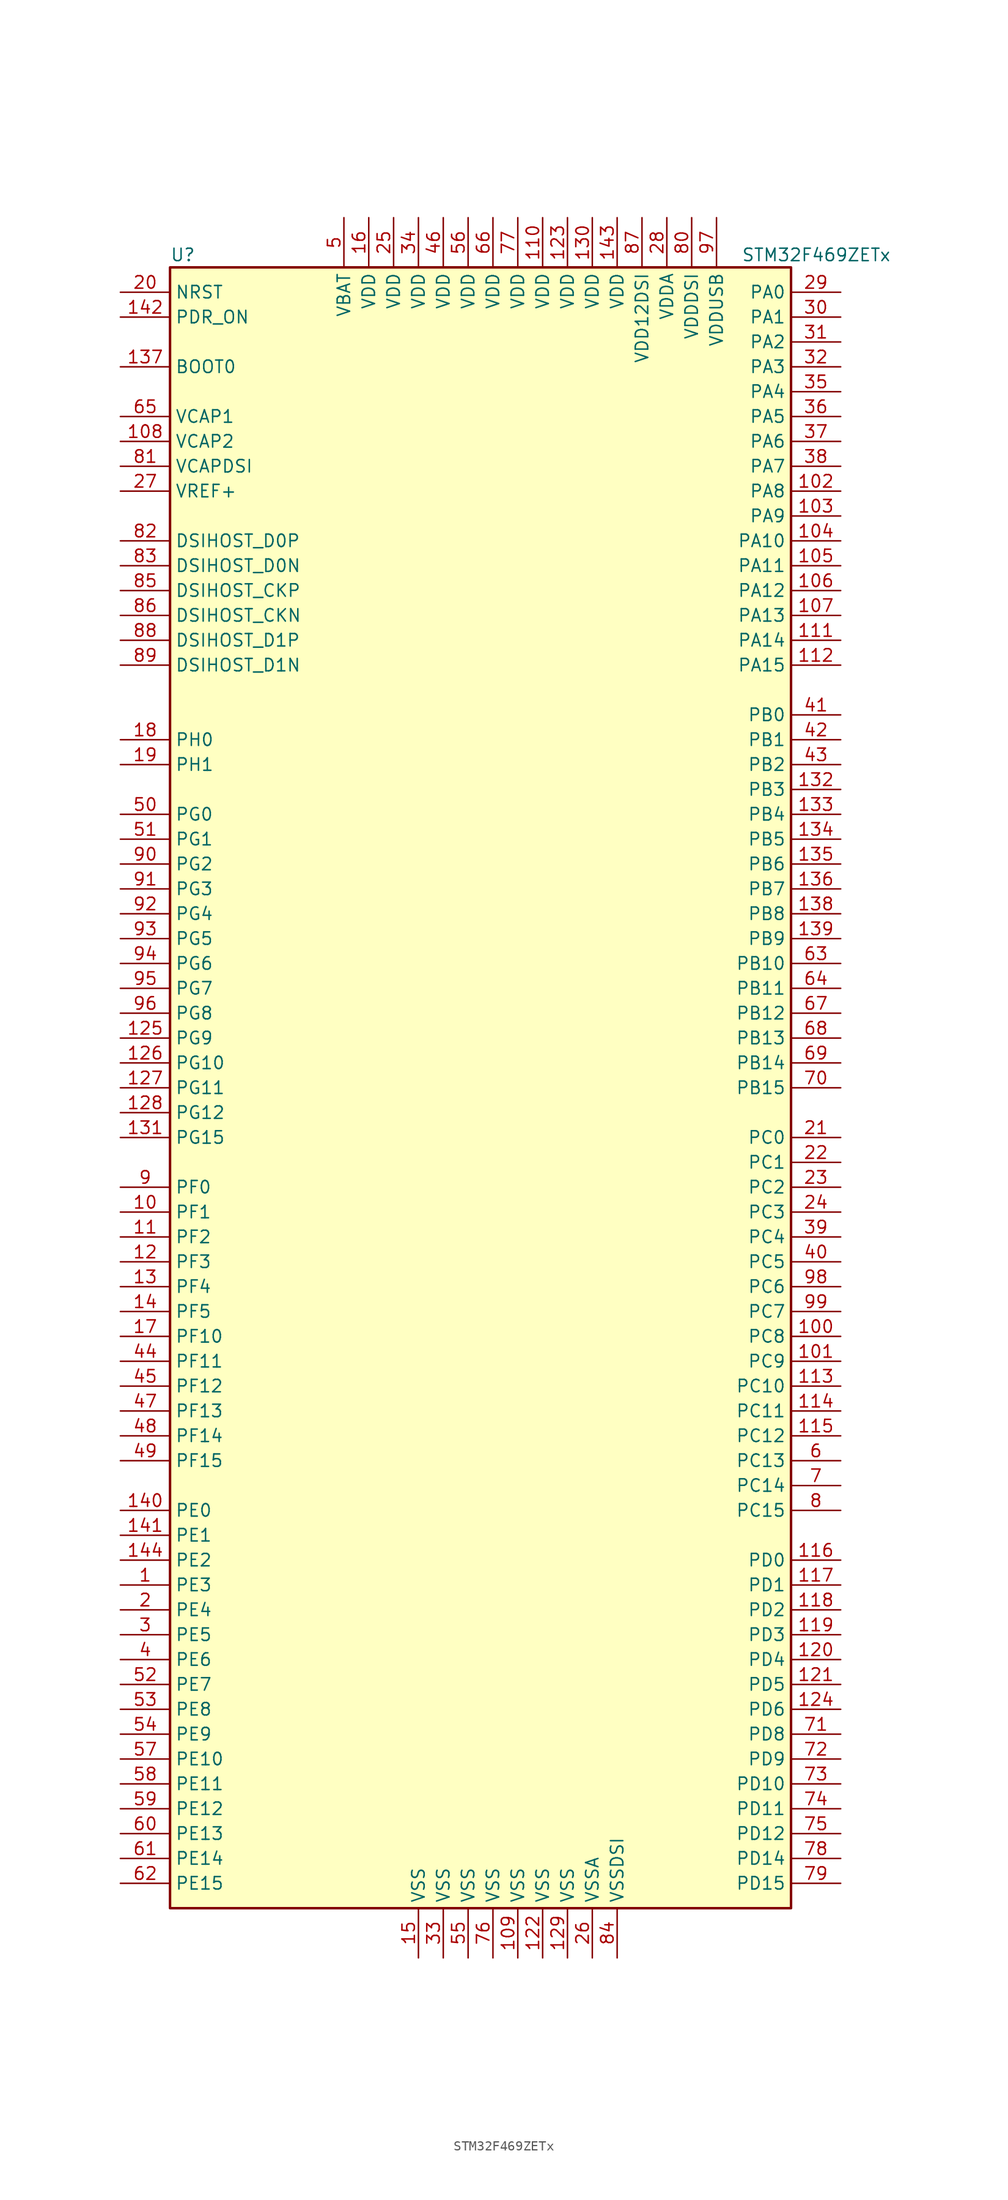
<source format=kicad_sym>
(kicad_symbol_lib
  (version 20201005)
  (generator kicad_symbol_editor)
  (symbol "MCU_ST_STM32F4:STM32F469ZETx"
    (property "Reference" "U"
      (at -33.02 85.09 0)
      (effects (font (size 1.27 1.27)) (justify left)))
    (property "Value" "STM32F469ZETx"
      (at 25.4 85.09 0)
      (effects (font (size 1.27 1.27)) (justify left)))
    (symbol "STM32F469ZETx_0_1"
      (rectangle (start -33.02 -83.82) (end 30.48 83.82) (stroke (width 0.254)) (fill (type background))))
    (symbol "STM32F469ZETx_1_1"
      (pin input line (at -38.1 73.66 0) (length 5.08) (name "BOOT0" (effects (font (size 1.27 1.27)))) (number "137" (effects (font (size 1.27 1.27)))))
      (pin bidirectional line (at -38.1 48.26 0) (length 5.08) (name "DSIHOST_CKN" (effects (font (size 1.27 1.27)))) (number "86" (effects (font (size 1.27 1.27)))))
      (pin bidirectional line (at -38.1 50.8 0) (length 5.08) (name "DSIHOST_CKP" (effects (font (size 1.27 1.27)))) (number "85" (effects (font (size 1.27 1.27)))))
      (pin bidirectional line (at -38.1 53.34 0) (length 5.08) (name "DSIHOST_D0N" (effects (font (size 1.27 1.27)))) (number "83" (effects (font (size 1.27 1.27)))))
      (pin bidirectional line (at -38.1 55.88 0) (length 5.08) (name "DSIHOST_D0P" (effects (font (size 1.27 1.27)))) (number "82" (effects (font (size 1.27 1.27)))))
      (pin bidirectional line (at -38.1 43.18 0) (length 5.08) (name "DSIHOST_D1N" (effects (font (size 1.27 1.27)))) (number "89" (effects (font (size 1.27 1.27)))))
      (pin bidirectional line (at -38.1 45.72 0) (length 5.08) (name "DSIHOST_D1P" (effects (font (size 1.27 1.27)))) (number "88" (effects (font (size 1.27 1.27)))))
      (pin input line (at -38.1 81.28 0) (length 5.08) (name "NRST" (effects (font (size 1.27 1.27)))) (number "20" (effects (font (size 1.27 1.27)))))
      (pin bidirectional line (at 35.56 81.28 180) (length 5.08) (name "PA0" (effects (font (size 1.27 1.27)))) (number "29" (effects (font (size 1.27 1.27)))))
      (pin bidirectional line (at 35.56 78.74 180) (length 5.08) (name "PA1" (effects (font (size 1.27 1.27)))) (number "30" (effects (font (size 1.27 1.27)))))
      (pin bidirectional line (at 35.56 55.88 180) (length 5.08) (name "PA10" (effects (font (size 1.27 1.27)))) (number "104" (effects (font (size 1.27 1.27)))))
      (pin bidirectional line (at 35.56 53.34 180) (length 5.08) (name "PA11" (effects (font (size 1.27 1.27)))) (number "105" (effects (font (size 1.27 1.27)))))
      (pin bidirectional line (at 35.56 50.8 180) (length 5.08) (name "PA12" (effects (font (size 1.27 1.27)))) (number "106" (effects (font (size 1.27 1.27)))))
      (pin bidirectional line (at 35.56 48.26 180) (length 5.08) (name "PA13" (effects (font (size 1.27 1.27)))) (number "107" (effects (font (size 1.27 1.27)))))
      (pin bidirectional line (at 35.56 45.72 180) (length 5.08) (name "PA14" (effects (font (size 1.27 1.27)))) (number "111" (effects (font (size 1.27 1.27)))))
      (pin bidirectional line (at 35.56 43.18 180) (length 5.08) (name "PA15" (effects (font (size 1.27 1.27)))) (number "112" (effects (font (size 1.27 1.27)))))
      (pin bidirectional line (at 35.56 76.2 180) (length 5.08) (name "PA2" (effects (font (size 1.27 1.27)))) (number "31" (effects (font (size 1.27 1.27)))))
      (pin bidirectional line (at 35.56 73.66 180) (length 5.08) (name "PA3" (effects (font (size 1.27 1.27)))) (number "32" (effects (font (size 1.27 1.27)))))
      (pin bidirectional line (at 35.56 71.12 180) (length 5.08) (name "PA4" (effects (font (size 1.27 1.27)))) (number "35" (effects (font (size 1.27 1.27)))))
      (pin bidirectional line (at 35.56 68.58 180) (length 5.08) (name "PA5" (effects (font (size 1.27 1.27)))) (number "36" (effects (font (size 1.27 1.27)))))
      (pin bidirectional line (at 35.56 66.04 180) (length 5.08) (name "PA6" (effects (font (size 1.27 1.27)))) (number "37" (effects (font (size 1.27 1.27)))))
      (pin bidirectional line (at 35.56 63.5 180) (length 5.08) (name "PA7" (effects (font (size 1.27 1.27)))) (number "38" (effects (font (size 1.27 1.27)))))
      (pin bidirectional line (at 35.56 60.96 180) (length 5.08) (name "PA8" (effects (font (size 1.27 1.27)))) (number "102" (effects (font (size 1.27 1.27)))))
      (pin bidirectional line (at 35.56 58.42 180) (length 5.08) (name "PA9" (effects (font (size 1.27 1.27)))) (number "103" (effects (font (size 1.27 1.27)))))
      (pin bidirectional line (at 35.56 38.1 180) (length 5.08) (name "PB0" (effects (font (size 1.27 1.27)))) (number "41" (effects (font (size 1.27 1.27)))))
      (pin bidirectional line (at 35.56 35.56 180) (length 5.08) (name "PB1" (effects (font (size 1.27 1.27)))) (number "42" (effects (font (size 1.27 1.27)))))
      (pin bidirectional line (at 35.56 12.7 180) (length 5.08) (name "PB10" (effects (font (size 1.27 1.27)))) (number "63" (effects (font (size 1.27 1.27)))))
      (pin bidirectional line (at 35.56 10.16 180) (length 5.08) (name "PB11" (effects (font (size 1.27 1.27)))) (number "64" (effects (font (size 1.27 1.27)))))
      (pin bidirectional line (at 35.56 7.62 180) (length 5.08) (name "PB12" (effects (font (size 1.27 1.27)))) (number "67" (effects (font (size 1.27 1.27)))))
      (pin bidirectional line (at 35.56 5.08 180) (length 5.08) (name "PB13" (effects (font (size 1.27 1.27)))) (number "68" (effects (font (size 1.27 1.27)))))
      (pin bidirectional line (at 35.56 2.54 180) (length 5.08) (name "PB14" (effects (font (size 1.27 1.27)))) (number "69" (effects (font (size 1.27 1.27)))))
      (pin bidirectional line (at 35.56 0 180) (length 5.08) (name "PB15" (effects (font (size 1.27 1.27)))) (number "70" (effects (font (size 1.27 1.27)))))
      (pin bidirectional line (at 35.56 33.02 180) (length 5.08) (name "PB2" (effects (font (size 1.27 1.27)))) (number "43" (effects (font (size 1.27 1.27)))))
      (pin bidirectional line (at 35.56 30.48 180) (length 5.08) (name "PB3" (effects (font (size 1.27 1.27)))) (number "132" (effects (font (size 1.27 1.27)))))
      (pin bidirectional line (at 35.56 27.94 180) (length 5.08) (name "PB4" (effects (font (size 1.27 1.27)))) (number "133" (effects (font (size 1.27 1.27)))))
      (pin bidirectional line (at 35.56 25.4 180) (length 5.08) (name "PB5" (effects (font (size 1.27 1.27)))) (number "134" (effects (font (size 1.27 1.27)))))
      (pin bidirectional line (at 35.56 22.86 180) (length 5.08) (name "PB6" (effects (font (size 1.27 1.27)))) (number "135" (effects (font (size 1.27 1.27)))))
      (pin bidirectional line (at 35.56 20.32 180) (length 5.08) (name "PB7" (effects (font (size 1.27 1.27)))) (number "136" (effects (font (size 1.27 1.27)))))
      (pin bidirectional line (at 35.56 17.78 180) (length 5.08) (name "PB8" (effects (font (size 1.27 1.27)))) (number "138" (effects (font (size 1.27 1.27)))))
      (pin bidirectional line (at 35.56 15.24 180) (length 5.08) (name "PB9" (effects (font (size 1.27 1.27)))) (number "139" (effects (font (size 1.27 1.27)))))
      (pin bidirectional line (at 35.56 -5.08 180) (length 5.08) (name "PC0" (effects (font (size 1.27 1.27)))) (number "21" (effects (font (size 1.27 1.27)))))
      (pin bidirectional line (at 35.56 -7.62 180) (length 5.08) (name "PC1" (effects (font (size 1.27 1.27)))) (number "22" (effects (font (size 1.27 1.27)))))
      (pin bidirectional line (at 35.56 -30.48 180) (length 5.08) (name "PC10" (effects (font (size 1.27 1.27)))) (number "113" (effects (font (size 1.27 1.27)))))
      (pin bidirectional line (at 35.56 -33.02 180) (length 5.08) (name "PC11" (effects (font (size 1.27 1.27)))) (number "114" (effects (font (size 1.27 1.27)))))
      (pin bidirectional line (at 35.56 -35.56 180) (length 5.08) (name "PC12" (effects (font (size 1.27 1.27)))) (number "115" (effects (font (size 1.27 1.27)))))
      (pin bidirectional line (at 35.56 -38.1 180) (length 5.08) (name "PC13" (effects (font (size 1.27 1.27)))) (number "6" (effects (font (size 1.27 1.27)))))
      (pin bidirectional line (at 35.56 -40.64 180) (length 5.08) (name "PC14" (effects (font (size 1.27 1.27)))) (number "7" (effects (font (size 1.27 1.27)))))
      (pin bidirectional line (at 35.56 -43.18 180) (length 5.08) (name "PC15" (effects (font (size 1.27 1.27)))) (number "8" (effects (font (size 1.27 1.27)))))
      (pin bidirectional line (at 35.56 -10.16 180) (length 5.08) (name "PC2" (effects (font (size 1.27 1.27)))) (number "23" (effects (font (size 1.27 1.27)))))
      (pin bidirectional line (at 35.56 -12.7 180) (length 5.08) (name "PC3" (effects (font (size 1.27 1.27)))) (number "24" (effects (font (size 1.27 1.27)))))
      (pin bidirectional line (at 35.56 -15.24 180) (length 5.08) (name "PC4" (effects (font (size 1.27 1.27)))) (number "39" (effects (font (size 1.27 1.27)))))
      (pin bidirectional line (at 35.56 -17.78 180) (length 5.08) (name "PC5" (effects (font (size 1.27 1.27)))) (number "40" (effects (font (size 1.27 1.27)))))
      (pin bidirectional line (at 35.56 -20.32 180) (length 5.08) (name "PC6" (effects (font (size 1.27 1.27)))) (number "98" (effects (font (size 1.27 1.27)))))
      (pin bidirectional line (at 35.56 -22.86 180) (length 5.08) (name "PC7" (effects (font (size 1.27 1.27)))) (number "99" (effects (font (size 1.27 1.27)))))
      (pin bidirectional line (at 35.56 -25.4 180) (length 5.08) (name "PC8" (effects (font (size 1.27 1.27)))) (number "100" (effects (font (size 1.27 1.27)))))
      (pin bidirectional line (at 35.56 -27.94 180) (length 5.08) (name "PC9" (effects (font (size 1.27 1.27)))) (number "101" (effects (font (size 1.27 1.27)))))
      (pin bidirectional line (at 35.56 -48.26 180) (length 5.08) (name "PD0" (effects (font (size 1.27 1.27)))) (number "116" (effects (font (size 1.27 1.27)))))
      (pin bidirectional line (at 35.56 -50.8 180) (length 5.08) (name "PD1" (effects (font (size 1.27 1.27)))) (number "117" (effects (font (size 1.27 1.27)))))
      (pin bidirectional line (at 35.56 -71.12 180) (length 5.08) (name "PD10" (effects (font (size 1.27 1.27)))) (number "73" (effects (font (size 1.27 1.27)))))
      (pin bidirectional line (at 35.56 -73.66 180) (length 5.08) (name "PD11" (effects (font (size 1.27 1.27)))) (number "74" (effects (font (size 1.27 1.27)))))
      (pin bidirectional line (at 35.56 -76.2 180) (length 5.08) (name "PD12" (effects (font (size 1.27 1.27)))) (number "75" (effects (font (size 1.27 1.27)))))
      (pin bidirectional line (at 35.56 -78.74 180) (length 5.08) (name "PD14" (effects (font (size 1.27 1.27)))) (number "78" (effects (font (size 1.27 1.27)))))
      (pin bidirectional line (at 35.56 -81.28 180) (length 5.08) (name "PD15" (effects (font (size 1.27 1.27)))) (number "79" (effects (font (size 1.27 1.27)))))
      (pin bidirectional line (at 35.56 -53.34 180) (length 5.08) (name "PD2" (effects (font (size 1.27 1.27)))) (number "118" (effects (font (size 1.27 1.27)))))
      (pin bidirectional line (at 35.56 -55.88 180) (length 5.08) (name "PD3" (effects (font (size 1.27 1.27)))) (number "119" (effects (font (size 1.27 1.27)))))
      (pin bidirectional line (at 35.56 -58.42 180) (length 5.08) (name "PD4" (effects (font (size 1.27 1.27)))) (number "120" (effects (font (size 1.27 1.27)))))
      (pin bidirectional line (at 35.56 -60.96 180) (length 5.08) (name "PD5" (effects (font (size 1.27 1.27)))) (number "121" (effects (font (size 1.27 1.27)))))
      (pin bidirectional line (at 35.56 -63.5 180) (length 5.08) (name "PD6" (effects (font (size 1.27 1.27)))) (number "124" (effects (font (size 1.27 1.27)))))
      (pin bidirectional line (at 35.56 -66.04 180) (length 5.08) (name "PD8" (effects (font (size 1.27 1.27)))) (number "71" (effects (font (size 1.27 1.27)))))
      (pin bidirectional line (at 35.56 -68.58 180) (length 5.08) (name "PD9" (effects (font (size 1.27 1.27)))) (number "72" (effects (font (size 1.27 1.27)))))
      (pin input line (at -38.1 78.74 0) (length 5.08) (name "PDR_ON" (effects (font (size 1.27 1.27)))) (number "142" (effects (font (size 1.27 1.27)))))
      (pin bidirectional line (at -38.1 -43.18 0) (length 5.08) (name "PE0" (effects (font (size 1.27 1.27)))) (number "140" (effects (font (size 1.27 1.27)))))
      (pin bidirectional line (at -38.1 -45.72 0) (length 5.08) (name "PE1" (effects (font (size 1.27 1.27)))) (number "141" (effects (font (size 1.27 1.27)))))
      (pin bidirectional line (at -38.1 -68.58 0) (length 5.08) (name "PE10" (effects (font (size 1.27 1.27)))) (number "57" (effects (font (size 1.27 1.27)))))
      (pin bidirectional line (at -38.1 -71.12 0) (length 5.08) (name "PE11" (effects (font (size 1.27 1.27)))) (number "58" (effects (font (size 1.27 1.27)))))
      (pin bidirectional line (at -38.1 -73.66 0) (length 5.08) (name "PE12" (effects (font (size 1.27 1.27)))) (number "59" (effects (font (size 1.27 1.27)))))
      (pin bidirectional line (at -38.1 -76.2 0) (length 5.08) (name "PE13" (effects (font (size 1.27 1.27)))) (number "60" (effects (font (size 1.27 1.27)))))
      (pin bidirectional line (at -38.1 -78.74 0) (length 5.08) (name "PE14" (effects (font (size 1.27 1.27)))) (number "61" (effects (font (size 1.27 1.27)))))
      (pin bidirectional line (at -38.1 -81.28 0) (length 5.08) (name "PE15" (effects (font (size 1.27 1.27)))) (number "62" (effects (font (size 1.27 1.27)))))
      (pin bidirectional line (at -38.1 -48.26 0) (length 5.08) (name "PE2" (effects (font (size 1.27 1.27)))) (number "144" (effects (font (size 1.27 1.27)))))
      (pin bidirectional line (at -38.1 -50.8 0) (length 5.08) (name "PE3" (effects (font (size 1.27 1.27)))) (number "1" (effects (font (size 1.27 1.27)))))
      (pin bidirectional line (at -38.1 -53.34 0) (length 5.08) (name "PE4" (effects (font (size 1.27 1.27)))) (number "2" (effects (font (size 1.27 1.27)))))
      (pin bidirectional line (at -38.1 -55.88 0) (length 5.08) (name "PE5" (effects (font (size 1.27 1.27)))) (number "3" (effects (font (size 1.27 1.27)))))
      (pin bidirectional line (at -38.1 -58.42 0) (length 5.08) (name "PE6" (effects (font (size 1.27 1.27)))) (number "4" (effects (font (size 1.27 1.27)))))
      (pin bidirectional line (at -38.1 -60.96 0) (length 5.08) (name "PE7" (effects (font (size 1.27 1.27)))) (number "52" (effects (font (size 1.27 1.27)))))
      (pin bidirectional line (at -38.1 -63.5 0) (length 5.08) (name "PE8" (effects (font (size 1.27 1.27)))) (number "53" (effects (font (size 1.27 1.27)))))
      (pin bidirectional line (at -38.1 -66.04 0) (length 5.08) (name "PE9" (effects (font (size 1.27 1.27)))) (number "54" (effects (font (size 1.27 1.27)))))
      (pin bidirectional line (at -38.1 -10.16 0) (length 5.08) (name "PF0" (effects (font (size 1.27 1.27)))) (number "9" (effects (font (size 1.27 1.27)))))
      (pin bidirectional line (at -38.1 -12.7 0) (length 5.08) (name "PF1" (effects (font (size 1.27 1.27)))) (number "10" (effects (font (size 1.27 1.27)))))
      (pin bidirectional line (at -38.1 -25.4 0) (length 5.08) (name "PF10" (effects (font (size 1.27 1.27)))) (number "17" (effects (font (size 1.27 1.27)))))
      (pin bidirectional line (at -38.1 -27.94 0) (length 5.08) (name "PF11" (effects (font (size 1.27 1.27)))) (number "44" (effects (font (size 1.27 1.27)))))
      (pin bidirectional line (at -38.1 -30.48 0) (length 5.08) (name "PF12" (effects (font (size 1.27 1.27)))) (number "45" (effects (font (size 1.27 1.27)))))
      (pin bidirectional line (at -38.1 -33.02 0) (length 5.08) (name "PF13" (effects (font (size 1.27 1.27)))) (number "47" (effects (font (size 1.27 1.27)))))
      (pin bidirectional line (at -38.1 -35.56 0) (length 5.08) (name "PF14" (effects (font (size 1.27 1.27)))) (number "48" (effects (font (size 1.27 1.27)))))
      (pin bidirectional line (at -38.1 -38.1 0) (length 5.08) (name "PF15" (effects (font (size 1.27 1.27)))) (number "49" (effects (font (size 1.27 1.27)))))
      (pin bidirectional line (at -38.1 -15.24 0) (length 5.08) (name "PF2" (effects (font (size 1.27 1.27)))) (number "11" (effects (font (size 1.27 1.27)))))
      (pin bidirectional line (at -38.1 -17.78 0) (length 5.08) (name "PF3" (effects (font (size 1.27 1.27)))) (number "12" (effects (font (size 1.27 1.27)))))
      (pin bidirectional line (at -38.1 -20.32 0) (length 5.08) (name "PF4" (effects (font (size 1.27 1.27)))) (number "13" (effects (font (size 1.27 1.27)))))
      (pin bidirectional line (at -38.1 -22.86 0) (length 5.08) (name "PF5" (effects (font (size 1.27 1.27)))) (number "14" (effects (font (size 1.27 1.27)))))
      (pin bidirectional line (at -38.1 27.94 0) (length 5.08) (name "PG0" (effects (font (size 1.27 1.27)))) (number "50" (effects (font (size 1.27 1.27)))))
      (pin bidirectional line (at -38.1 25.4 0) (length 5.08) (name "PG1" (effects (font (size 1.27 1.27)))) (number "51" (effects (font (size 1.27 1.27)))))
      (pin bidirectional line (at -38.1 2.54 0) (length 5.08) (name "PG10" (effects (font (size 1.27 1.27)))) (number "126" (effects (font (size 1.27 1.27)))))
      (pin bidirectional line (at -38.1 0 0) (length 5.08) (name "PG11" (effects (font (size 1.27 1.27)))) (number "127" (effects (font (size 1.27 1.27)))))
      (pin bidirectional line (at -38.1 -2.54 0) (length 5.08) (name "PG12" (effects (font (size 1.27 1.27)))) (number "128" (effects (font (size 1.27 1.27)))))
      (pin bidirectional line (at -38.1 -5.08 0) (length 5.08) (name "PG15" (effects (font (size 1.27 1.27)))) (number "131" (effects (font (size 1.27 1.27)))))
      (pin bidirectional line (at -38.1 22.86 0) (length 5.08) (name "PG2" (effects (font (size 1.27 1.27)))) (number "90" (effects (font (size 1.27 1.27)))))
      (pin bidirectional line (at -38.1 20.32 0) (length 5.08) (name "PG3" (effects (font (size 1.27 1.27)))) (number "91" (effects (font (size 1.27 1.27)))))
      (pin bidirectional line (at -38.1 17.78 0) (length 5.08) (name "PG4" (effects (font (size 1.27 1.27)))) (number "92" (effects (font (size 1.27 1.27)))))
      (pin bidirectional line (at -38.1 15.24 0) (length 5.08) (name "PG5" (effects (font (size 1.27 1.27)))) (number "93" (effects (font (size 1.27 1.27)))))
      (pin bidirectional line (at -38.1 12.7 0) (length 5.08) (name "PG6" (effects (font (size 1.27 1.27)))) (number "94" (effects (font (size 1.27 1.27)))))
      (pin bidirectional line (at -38.1 10.16 0) (length 5.08) (name "PG7" (effects (font (size 1.27 1.27)))) (number "95" (effects (font (size 1.27 1.27)))))
      (pin bidirectional line (at -38.1 7.62 0) (length 5.08) (name "PG8" (effects (font (size 1.27 1.27)))) (number "96" (effects (font (size 1.27 1.27)))))
      (pin bidirectional line (at -38.1 5.08 0) (length 5.08) (name "PG9" (effects (font (size 1.27 1.27)))) (number "125" (effects (font (size 1.27 1.27)))))
      (pin input line (at -38.1 35.56 0) (length 5.08) (name "PH0" (effects (font (size 1.27 1.27)))) (number "18" (effects (font (size 1.27 1.27)))))
      (pin input line (at -38.1 33.02 0) (length 5.08) (name "PH1" (effects (font (size 1.27 1.27)))) (number "19" (effects (font (size 1.27 1.27)))))
      (pin power_in line (at -15.24 88.9 270) (length 5.08) (name "VBAT" (effects (font (size 1.27 1.27)))) (number "5" (effects (font (size 1.27 1.27)))))
      (pin power_in line (at -38.1 68.58 0) (length 5.08) (name "VCAP1" (effects (font (size 1.27 1.27)))) (number "65" (effects (font (size 1.27 1.27)))))
      (pin power_in line (at -38.1 66.04 0) (length 5.08) (name "VCAP2" (effects (font (size 1.27 1.27)))) (number "108" (effects (font (size 1.27 1.27)))))
      (pin power_in line (at -38.1 63.5 0) (length 5.08) (name "VCAPDSI" (effects (font (size 1.27 1.27)))) (number "81" (effects (font (size 1.27 1.27)))))
      (pin power_in line (at 5.08 88.9 270) (length 5.08) (name "VDD" (effects (font (size 1.27 1.27)))) (number "110" (effects (font (size 1.27 1.27)))))
      (pin power_in line (at 7.62 88.9 270) (length 5.08) (name "VDD" (effects (font (size 1.27 1.27)))) (number "123" (effects (font (size 1.27 1.27)))))
      (pin power_in line (at 10.16 88.9 270) (length 5.08) (name "VDD" (effects (font (size 1.27 1.27)))) (number "130" (effects (font (size 1.27 1.27)))))
      (pin power_in line (at 12.7 88.9 270) (length 5.08) (name "VDD" (effects (font (size 1.27 1.27)))) (number "143" (effects (font (size 1.27 1.27)))))
      (pin power_in line (at -12.7 88.9 270) (length 5.08) (name "VDD" (effects (font (size 1.27 1.27)))) (number "16" (effects (font (size 1.27 1.27)))))
      (pin power_in line (at -10.16 88.9 270) (length 5.08) (name "VDD" (effects (font (size 1.27 1.27)))) (number "25" (effects (font (size 1.27 1.27)))))
      (pin power_in line (at -7.62 88.9 270) (length 5.08) (name "VDD" (effects (font (size 1.27 1.27)))) (number "34" (effects (font (size 1.27 1.27)))))
      (pin power_in line (at -5.08 88.9 270) (length 5.08) (name "VDD" (effects (font (size 1.27 1.27)))) (number "46" (effects (font (size 1.27 1.27)))))
      (pin power_in line (at -2.54 88.9 270) (length 5.08) (name "VDD" (effects (font (size 1.27 1.27)))) (number "56" (effects (font (size 1.27 1.27)))))
      (pin power_in line (at 0 88.9 270) (length 5.08) (name "VDD" (effects (font (size 1.27 1.27)))) (number "66" (effects (font (size 1.27 1.27)))))
      (pin power_in line (at 2.54 88.9 270) (length 5.08) (name "VDD" (effects (font (size 1.27 1.27)))) (number "77" (effects (font (size 1.27 1.27)))))
      (pin power_in line (at 15.24 88.9 270) (length 5.08) (name "VDD12DSI" (effects (font (size 1.27 1.27)))) (number "87" (effects (font (size 1.27 1.27)))))
      (pin power_in line (at 17.78 88.9 270) (length 5.08) (name "VDDA" (effects (font (size 1.27 1.27)))) (number "28" (effects (font (size 1.27 1.27)))))
      (pin power_in line (at 20.32 88.9 270) (length 5.08) (name "VDDDSI" (effects (font (size 1.27 1.27)))) (number "80" (effects (font (size 1.27 1.27)))))
      (pin power_in line (at 22.86 88.9 270) (length 5.08) (name "VDDUSB" (effects (font (size 1.27 1.27)))) (number "97" (effects (font (size 1.27 1.27)))))
      (pin power_in line (at -38.1 60.96 0) (length 5.08) (name "VREF+" (effects (font (size 1.27 1.27)))) (number "27" (effects (font (size 1.27 1.27)))))
      (pin power_in line (at 2.54 -88.9 90) (length 5.08) (name "VSS" (effects (font (size 1.27 1.27)))) (number "109" (effects (font (size 1.27 1.27)))))
      (pin power_in line (at 5.08 -88.9 90) (length 5.08) (name "VSS" (effects (font (size 1.27 1.27)))) (number "122" (effects (font (size 1.27 1.27)))))
      (pin power_in line (at 7.62 -88.9 90) (length 5.08) (name "VSS" (effects (font (size 1.27 1.27)))) (number "129" (effects (font (size 1.27 1.27)))))
      (pin power_in line (at -7.62 -88.9 90) (length 5.08) (name "VSS" (effects (font (size 1.27 1.27)))) (number "15" (effects (font (size 1.27 1.27)))))
      (pin power_in line (at -5.08 -88.9 90) (length 5.08) (name "VSS" (effects (font (size 1.27 1.27)))) (number "33" (effects (font (size 1.27 1.27)))))
      (pin power_in line (at -2.54 -88.9 90) (length 5.08) (name "VSS" (effects (font (size 1.27 1.27)))) (number "55" (effects (font (size 1.27 1.27)))))
      (pin power_in line (at 0 -88.9 90) (length 5.08) (name "VSS" (effects (font (size 1.27 1.27)))) (number "76" (effects (font (size 1.27 1.27)))))
      (pin power_in line (at 10.16 -88.9 90) (length 5.08) (name "VSSA" (effects (font (size 1.27 1.27)))) (number "26" (effects (font (size 1.27 1.27)))))
      (pin power_in line (at 12.7 -88.9 90) (length 5.08) (name "VSSDSI" (effects (font (size 1.27 1.27)))) (number "84" (effects (font (size 1.27 1.27))))))))
</source>
